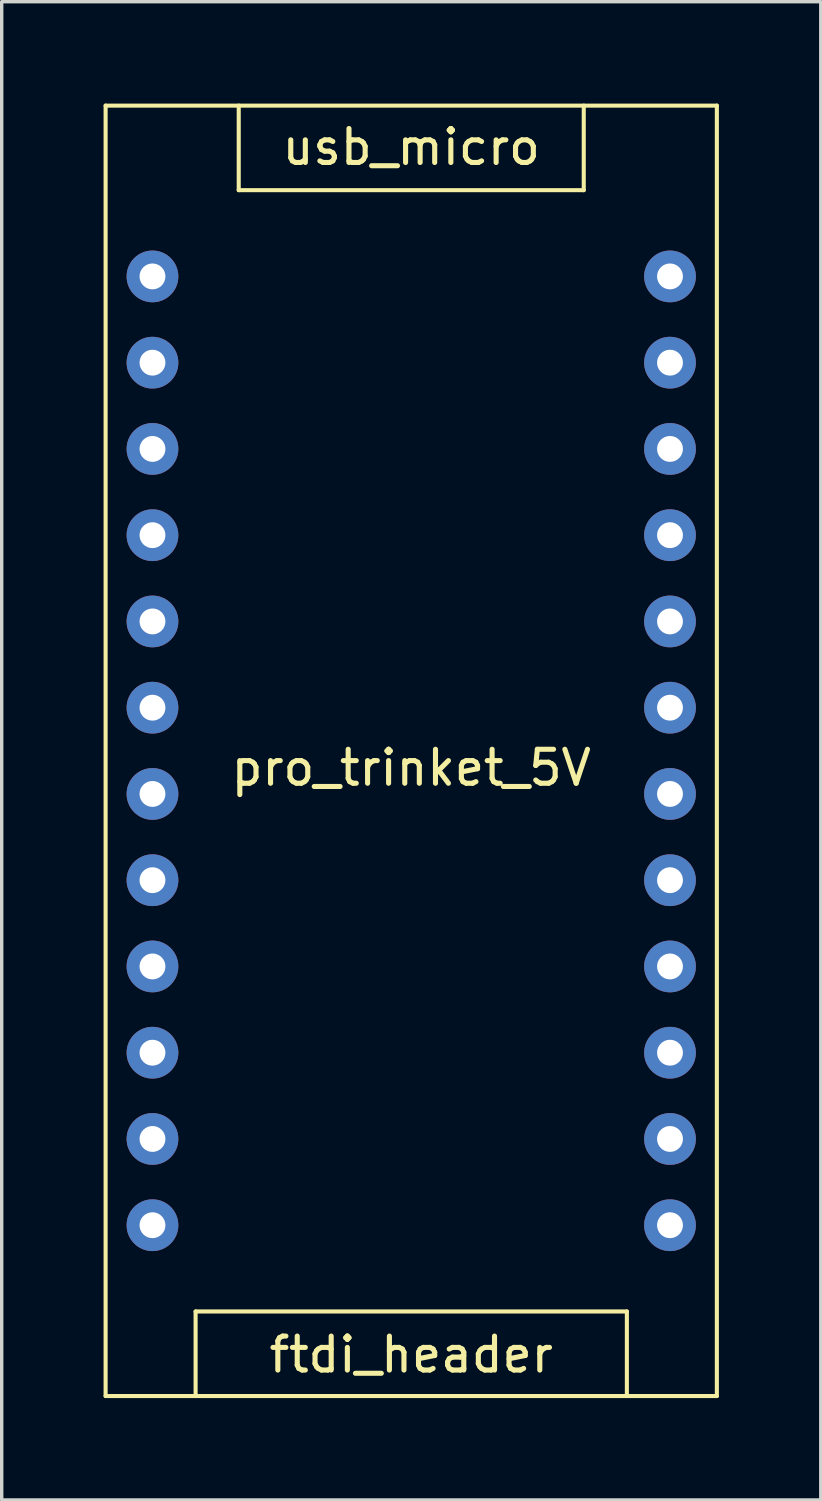
<source format=kicad_pcb>
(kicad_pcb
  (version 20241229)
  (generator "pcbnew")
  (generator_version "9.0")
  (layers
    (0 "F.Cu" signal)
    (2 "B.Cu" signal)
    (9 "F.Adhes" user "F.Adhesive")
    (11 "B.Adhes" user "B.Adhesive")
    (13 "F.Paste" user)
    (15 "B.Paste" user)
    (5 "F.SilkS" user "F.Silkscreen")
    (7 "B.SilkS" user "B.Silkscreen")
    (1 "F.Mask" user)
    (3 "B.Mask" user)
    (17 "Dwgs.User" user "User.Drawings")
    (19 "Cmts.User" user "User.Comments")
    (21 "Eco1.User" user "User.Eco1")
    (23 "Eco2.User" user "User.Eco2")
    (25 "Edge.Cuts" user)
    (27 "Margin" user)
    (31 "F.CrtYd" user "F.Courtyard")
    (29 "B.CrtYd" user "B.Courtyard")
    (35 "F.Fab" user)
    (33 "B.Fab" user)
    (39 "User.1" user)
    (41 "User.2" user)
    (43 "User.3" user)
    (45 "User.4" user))
  (footprint "pro_trinket_5V"
    (layer "F.Cu")
    (at 9.06 19.06)
    (property "Reference" "pro_trinket_5V" (at 0 0.5 0) (layer "F.SilkS") (effects (font (size 1 1) (thickness 0.15))))
    (attr through_hole)
    (fp_line (start -9 -19) (end 9 -19) (stroke (width 0.12) (type solid)) (layer "F.SilkS"))
    (fp_line (start -9 19) (end -9 -19) (stroke (width 0.12) (type solid)) (layer "F.SilkS"))
    (fp_line (start -9 19) (end 9 19) (stroke (width 0.12) (type solid)) (layer "F.SilkS"))
    (fp_line (start -6.35 16.51) (end 6.35 16.51) (stroke (width 0.12) (type solid)) (layer "F.SilkS"))
    (fp_line (start -6.35 19) (end -6.35 16.51) (stroke (width 0.12) (type solid)) (layer "F.SilkS"))
    (fp_line (start -5.08 -19) (end -5.08 -16.51) (stroke (width 0.12) (type solid)) (layer "F.SilkS"))
    (fp_line (start -5.08 -16.51) (end 5.08 -16.51) (stroke (width 0.12) (type solid)) (layer "F.SilkS"))
    (fp_line (start 5.08 -16.51) (end 5.08 -19) (stroke (width 0.12) (type solid)) (layer "F.SilkS"))
    (fp_line (start 6.35 16.51) (end 6.35 19) (stroke (width 0.12) (type solid)) (layer "F.SilkS"))
    (fp_line (start 9 -19) (end 9 19) (stroke (width 0.12) (type solid)) (layer "F.SilkS"))
    (fp_text user "ftdi_header" (at 0 17.78 0) (layer "F.SilkS") (effects (font (size 1 1) (thickness 0.15))))
    (fp_text user "usb_micro" (at 0 -17.78 0) (layer "F.SilkS") (effects (font (size 1 1) (thickness 0.15))))
    (pad "1" thru_hole circle (at -7.62 -13.97) (size 1.524 1.524) (drill 0.762) (layers "*.Cu" "*.Mask"))
    (pad "2" thru_hole circle (at -7.62 -11.43) (size 1.524 1.524) (drill 0.762) (layers "*.Cu" "*.Mask"))
    (pad "3" thru_hole circle (at -7.62 -8.89) (size 1.524 1.524) (drill 0.762) (layers "*.Cu" "*.Mask"))
    (pad "4" thru_hole circle (at -7.62 -6.35) (size 1.524 1.524) (drill 0.762) (layers "*.Cu" "*.Mask"))
    (pad "5" thru_hole circle (at -7.62 -3.81) (size 1.524 1.524) (drill 0.762) (layers "*.Cu" "*.Mask"))
    (pad "6" thru_hole circle (at -7.62 -1.27) (size 1.524 1.524) (drill 0.762) (layers "*.Cu" "*.Mask"))
    (pad "7" thru_hole circle (at -7.62 1.27) (size 1.524 1.524) (drill 0.762) (layers "*.Cu" "*.Mask"))
    (pad "8" thru_hole circle (at -7.62 3.81) (size 1.524 1.524) (drill 0.762) (layers "*.Cu" "*.Mask"))
    (pad "9" thru_hole circle (at -7.62 6.35) (size 1.524 1.524) (drill 0.762) (layers "*.Cu" "*.Mask"))
    (pad "10" thru_hole circle (at -7.62 8.89) (size 1.524 1.524) (drill 0.762) (layers "*.Cu" "*.Mask"))
    (pad "11" thru_hole circle (at -7.62 11.43) (size 1.524 1.524) (drill 0.762) (layers "*.Cu" "*.Mask"))
    (pad "12" thru_hole circle (at -7.62 13.97) (size 1.524 1.524) (drill 0.762) (layers "*.Cu" "*.Mask"))
    (pad "13" thru_hole circle (at 7.62 -13.97) (size 1.524 1.524) (drill 0.762) (layers "*.Cu" "*.Mask"))
    (pad "14" thru_hole circle (at 7.62 -11.43) (size 1.524 1.524) (drill 0.762) (layers "*.Cu" "*.Mask"))
    (pad "15" thru_hole circle (at 7.62 -8.89) (size 1.524 1.524) (drill 0.762) (layers "*.Cu" "*.Mask"))
    (pad "16" thru_hole circle (at 7.62 -6.35) (size 1.524 1.524) (drill 0.762) (layers "*.Cu" "*.Mask"))
    (pad "17" thru_hole circle (at 7.62 -3.81) (size 1.524 1.524) (drill 0.762) (layers "*.Cu" "*.Mask"))
    (pad "18" thru_hole circle (at 7.62 -1.27) (size 1.524 1.524) (drill 0.762) (layers "*.Cu" "*.Mask"))
    (pad "19" thru_hole circle (at 7.62 1.27) (size 1.524 1.524) (drill 0.762) (layers "*.Cu" "*.Mask"))
    (pad "20" thru_hole circle (at 7.62 3.81) (size 1.524 1.524) (drill 0.762) (layers "*.Cu" "*.Mask"))
    (pad "21" thru_hole circle (at 7.62 6.35) (size 1.524 1.524) (drill 0.762) (layers "*.Cu" "*.Mask"))
    (pad "22" thru_hole circle (at 7.62 8.89) (size 1.524 1.524) (drill 0.762) (layers "*.Cu" "*.Mask"))
    (pad "23" thru_hole circle (at 7.62 11.43) (size 1.524 1.524) (drill 0.762) (layers "*.Cu" "*.Mask"))
    (pad "24" thru_hole circle (at 7.62 13.97) (size 1.524 1.524) (drill 0.762) (layers "*.Cu" "*.Mask")))
  (gr_rect
    (start -3 -3)
    (end 21.12 41.12)
    (stroke (width 0.1) (type default))
    (fill no)
    (layer "Edge.Cuts")))
</source>
